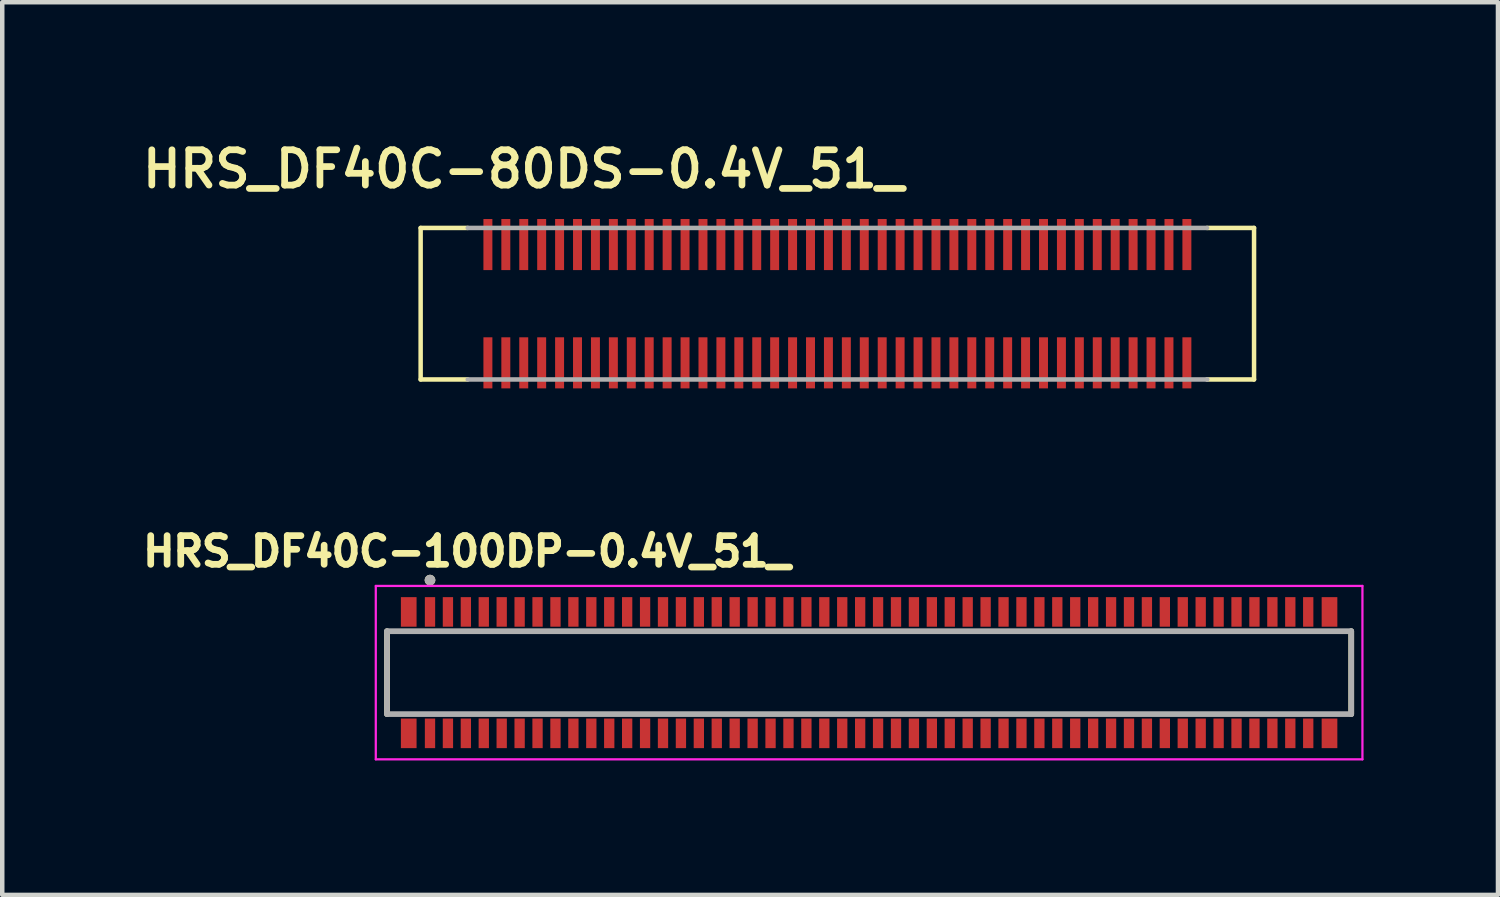
<source format=kicad_pcb>
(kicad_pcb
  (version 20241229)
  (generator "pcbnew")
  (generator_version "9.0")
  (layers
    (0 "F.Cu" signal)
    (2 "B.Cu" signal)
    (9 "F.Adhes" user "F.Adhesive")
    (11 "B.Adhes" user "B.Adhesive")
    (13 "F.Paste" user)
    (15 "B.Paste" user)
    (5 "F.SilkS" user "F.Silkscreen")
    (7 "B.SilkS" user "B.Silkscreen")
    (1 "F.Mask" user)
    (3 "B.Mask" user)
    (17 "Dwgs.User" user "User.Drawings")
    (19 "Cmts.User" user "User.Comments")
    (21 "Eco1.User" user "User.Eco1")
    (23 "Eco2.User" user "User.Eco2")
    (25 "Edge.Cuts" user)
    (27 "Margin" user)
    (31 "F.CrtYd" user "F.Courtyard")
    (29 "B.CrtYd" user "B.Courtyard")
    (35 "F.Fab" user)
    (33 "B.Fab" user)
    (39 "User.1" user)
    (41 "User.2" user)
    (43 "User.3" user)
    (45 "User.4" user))
  (footprint "HRS_DF40C-100DP-0.4V_51_"
    (layer "F.Cu")
    (at 16.347 11.962)
    (property "Reference" "HRS_DF40C-100DP-0.4V_51_" (at -8.978 -2.706 0) (layer "F.SilkS") (effects (font (size 0.64 0.64) (thickness 0.15))))
    (attr smd)
    (fp_line (start -10.76 0.925) (end -10.76 -0.925) (stroke (width 0.127) (type solid)) (layer "F.SilkS"))
    (fp_line (start 10.76 -0.925) (end 10.76 0.925) (stroke (width 0.127) (type solid)) (layer "F.SilkS"))
    (fp_circle (center -9.8 -2.065) (end -9.74 -2.065) (stroke (width 0.12) (type solid)) (fill no) (layer "F.SilkS"))
    (fp_line (start -11.01 -1.935) (end 11.01 -1.935) (stroke (width 0.05) (type solid)) (layer "F.CrtYd"))
    (fp_line (start -11.01 1.935) (end -11.01 -1.935) (stroke (width 0.05) (type solid)) (layer "F.CrtYd"))
    (fp_line (start 11.01 -1.935) (end 11.01 1.935) (stroke (width 0.05) (type solid)) (layer "F.CrtYd"))
    (fp_line (start 11.01 1.935) (end -11.01 1.935) (stroke (width 0.05) (type solid)) (layer "F.CrtYd"))
    (fp_line (start -10.76 -0.925) (end 10.76 -0.925) (stroke (width 0.127) (type solid)) (layer "F.Fab"))
    (fp_line (start -10.76 0.925) (end -10.76 -0.925) (stroke (width 0.127) (type solid)) (layer "F.Fab"))
    (fp_line (start 10.76 -0.925) (end 10.76 0.925) (stroke (width 0.127) (type solid)) (layer "F.Fab"))
    (fp_line (start 10.76 0.925) (end -10.76 0.925) (stroke (width 0.127) (type solid)) (layer "F.Fab"))
    (fp_circle (center -9.8 -2.065) (end -9.74 -2.065) (stroke (width 0.12) (type solid)) (fill no) (layer "F.Fab"))
    (pad "1" smd rect (at -9.8 -1.355) (size 0.23 0.66) (layers "F.Cu" "F.Mask" "F.Paste"))
    (pad "2" smd rect (at -9.8 1.355) (size 0.23 0.66) (layers "F.Cu" "F.Mask" "F.Paste"))
    (pad "3" smd rect (at -9.4 -1.355) (size 0.23 0.66) (layers "F.Cu" "F.Mask" "F.Paste"))
    (pad "4" smd rect (at -9.4 1.355) (size 0.23 0.66) (layers "F.Cu" "F.Mask" "F.Paste"))
    (pad "5" smd rect (at -9 -1.355) (size 0.23 0.66) (layers "F.Cu" "F.Mask" "F.Paste"))
    (pad "6" smd rect (at -9 1.355) (size 0.23 0.66) (layers "F.Cu" "F.Mask" "F.Paste"))
    (pad "7" smd rect (at -8.6 -1.355) (size 0.23 0.66) (layers "F.Cu" "F.Mask" "F.Paste"))
    (pad "8" smd rect (at -8.6 1.355) (size 0.23 0.66) (layers "F.Cu" "F.Mask" "F.Paste"))
    (pad "9" smd rect (at -8.2 -1.355) (size 0.23 0.66) (layers "F.Cu" "F.Mask" "F.Paste"))
    (pad "10" smd rect (at -8.2 1.355) (size 0.23 0.66) (layers "F.Cu" "F.Mask" "F.Paste"))
    (pad "11" smd rect (at -7.8 -1.355) (size 0.23 0.66) (layers "F.Cu" "F.Mask" "F.Paste"))
    (pad "12" smd rect (at -7.8 1.355) (size 0.23 0.66) (layers "F.Cu" "F.Mask" "F.Paste"))
    (pad "13" smd rect (at -7.4 -1.355) (size 0.23 0.66) (layers "F.Cu" "F.Mask" "F.Paste"))
    (pad "14" smd rect (at -7.4 1.355) (size 0.23 0.66) (layers "F.Cu" "F.Mask" "F.Paste"))
    (pad "15" smd rect (at -7 -1.355) (size 0.23 0.66) (layers "F.Cu" "F.Mask" "F.Paste"))
    (pad "16" smd rect (at -7 1.355) (size 0.23 0.66) (layers "F.Cu" "F.Mask" "F.Paste"))
    (pad "17" smd rect (at -6.6 -1.355) (size 0.23 0.66) (layers "F.Cu" "F.Mask" "F.Paste"))
    (pad "18" smd rect (at -6.6 1.355) (size 0.23 0.66) (layers "F.Cu" "F.Mask" "F.Paste"))
    (pad "19" smd rect (at -6.2 -1.355) (size 0.23 0.66) (layers "F.Cu" "F.Mask" "F.Paste"))
    (pad "20" smd rect (at -6.2 1.355) (size 0.23 0.66) (layers "F.Cu" "F.Mask" "F.Paste"))
    (pad "21" smd rect (at -5.8 -1.355) (size 0.23 0.66) (layers "F.Cu" "F.Mask" "F.Paste"))
    (pad "22" smd rect (at -5.8 1.355) (size 0.23 0.66) (layers "F.Cu" "F.Mask" "F.Paste"))
    (pad "23" smd rect (at -5.4 -1.355) (size 0.23 0.66) (layers "F.Cu" "F.Mask" "F.Paste"))
    (pad "24" smd rect (at -5.4 1.355) (size 0.23 0.66) (layers "F.Cu" "F.Mask" "F.Paste"))
    (pad "25" smd rect (at -5 -1.355) (size 0.23 0.66) (layers "F.Cu" "F.Mask" "F.Paste"))
    (pad "26" smd rect (at -5 1.355) (size 0.23 0.66) (layers "F.Cu" "F.Mask" "F.Paste"))
    (pad "27" smd rect (at -4.6 -1.355) (size 0.23 0.66) (layers "F.Cu" "F.Mask" "F.Paste"))
    (pad "28" smd rect (at -4.6 1.355) (size 0.23 0.66) (layers "F.Cu" "F.Mask" "F.Paste"))
    (pad "29" smd rect (at -4.2 -1.355) (size 0.23 0.66) (layers "F.Cu" "F.Mask" "F.Paste"))
    (pad "30" smd rect (at -4.2 1.355) (size 0.23 0.66) (layers "F.Cu" "F.Mask" "F.Paste"))
    (pad "31" smd rect (at -3.8 -1.355) (size 0.23 0.66) (layers "F.Cu" "F.Mask" "F.Paste"))
    (pad "32" smd rect (at -3.8 1.355) (size 0.23 0.66) (layers "F.Cu" "F.Mask" "F.Paste"))
    (pad "33" smd rect (at -3.4 -1.355) (size 0.23 0.66) (layers "F.Cu" "F.Mask" "F.Paste"))
    (pad "34" smd rect (at -3.4 1.355) (size 0.23 0.66) (layers "F.Cu" "F.Mask" "F.Paste"))
    (pad "35" smd rect (at -3 -1.355) (size 0.23 0.66) (layers "F.Cu" "F.Mask" "F.Paste"))
    (pad "36" smd rect (at -3 1.355) (size 0.23 0.66) (layers "F.Cu" "F.Mask" "F.Paste"))
    (pad "37" smd rect (at -2.6 -1.355) (size 0.23 0.66) (layers "F.Cu" "F.Mask" "F.Paste"))
    (pad "38" smd rect (at -2.6 1.355) (size 0.23 0.66) (layers "F.Cu" "F.Mask" "F.Paste"))
    (pad "39" smd rect (at -2.2 -1.355) (size 0.23 0.66) (layers "F.Cu" "F.Mask" "F.Paste"))
    (pad "40" smd rect (at -2.2 1.355) (size 0.23 0.66) (layers "F.Cu" "F.Mask" "F.Paste"))
    (pad "41" smd rect (at -1.8 -1.355) (size 0.23 0.66) (layers "F.Cu" "F.Mask" "F.Paste"))
    (pad "42" smd rect (at -1.8 1.355) (size 0.23 0.66) (layers "F.Cu" "F.Mask" "F.Paste"))
    (pad "43" smd rect (at -1.4 -1.355) (size 0.23 0.66) (layers "F.Cu" "F.Mask" "F.Paste"))
    (pad "44" smd rect (at -1.4 1.355) (size 0.23 0.66) (layers "F.Cu" "F.Mask" "F.Paste"))
    (pad "45" smd rect (at -1 -1.355) (size 0.23 0.66) (layers "F.Cu" "F.Mask" "F.Paste"))
    (pad "46" smd rect (at -1 1.355) (size 0.23 0.66) (layers "F.Cu" "F.Mask" "F.Paste"))
    (pad "47" smd rect (at -0.6 -1.355) (size 0.23 0.66) (layers "F.Cu" "F.Mask" "F.Paste"))
    (pad "48" smd rect (at -0.6 1.355) (size 0.23 0.66) (layers "F.Cu" "F.Mask" "F.Paste"))
    (pad "49" smd rect (at -0.2 -1.355) (size 0.23 0.66) (layers "F.Cu" "F.Mask" "F.Paste"))
    (pad "50" smd rect (at -0.2 1.355) (size 0.23 0.66) (layers "F.Cu" "F.Mask" "F.Paste"))
    (pad "51" smd rect (at 0.2 -1.355) (size 0.23 0.66) (layers "F.Cu" "F.Mask" "F.Paste"))
    (pad "52" smd rect (at 0.2 1.355) (size 0.23 0.66) (layers "F.Cu" "F.Mask" "F.Paste"))
    (pad "53" smd rect (at 0.6 -1.355) (size 0.23 0.66) (layers "F.Cu" "F.Mask" "F.Paste"))
    (pad "54" smd rect (at 0.6 1.355) (size 0.23 0.66) (layers "F.Cu" "F.Mask" "F.Paste"))
    (pad "55" smd rect (at 1 -1.355) (size 0.23 0.66) (layers "F.Cu" "F.Mask" "F.Paste"))
    (pad "56" smd rect (at 1 1.355) (size 0.23 0.66) (layers "F.Cu" "F.Mask" "F.Paste"))
    (pad "57" smd rect (at 1.4 -1.355) (size 0.23 0.66) (layers "F.Cu" "F.Mask" "F.Paste"))
    (pad "58" smd rect (at 1.4 1.355) (size 0.23 0.66) (layers "F.Cu" "F.Mask" "F.Paste"))
    (pad "59" smd rect (at 1.8 -1.355) (size 0.23 0.66) (layers "F.Cu" "F.Mask" "F.Paste"))
    (pad "60" smd rect (at 1.8 1.355) (size 0.23 0.66) (layers "F.Cu" "F.Mask" "F.Paste"))
    (pad "61" smd rect (at 2.2 -1.355) (size 0.23 0.66) (layers "F.Cu" "F.Mask" "F.Paste"))
    (pad "62" smd rect (at 2.2 1.355) (size 0.23 0.66) (layers "F.Cu" "F.Mask" "F.Paste"))
    (pad "63" smd rect (at 2.6 -1.355) (size 0.23 0.66) (layers "F.Cu" "F.Mask" "F.Paste"))
    (pad "64" smd rect (at 2.6 1.355) (size 0.23 0.66) (layers "F.Cu" "F.Mask" "F.Paste"))
    (pad "65" smd rect (at 3 -1.355) (size 0.23 0.66) (layers "F.Cu" "F.Mask" "F.Paste"))
    (pad "66" smd rect (at 3 1.355) (size 0.23 0.66) (layers "F.Cu" "F.Mask" "F.Paste"))
    (pad "67" smd rect (at 3.4 -1.355) (size 0.23 0.66) (layers "F.Cu" "F.Mask" "F.Paste"))
    (pad "68" smd rect (at 3.4 1.355) (size 0.23 0.66) (layers "F.Cu" "F.Mask" "F.Paste"))
    (pad "69" smd rect (at 3.8 -1.355) (size 0.23 0.66) (layers "F.Cu" "F.Mask" "F.Paste"))
    (pad "70" smd rect (at 3.8 1.355) (size 0.23 0.66) (layers "F.Cu" "F.Mask" "F.Paste"))
    (pad "71" smd rect (at 4.2 -1.355) (size 0.23 0.66) (layers "F.Cu" "F.Mask" "F.Paste"))
    (pad "72" smd rect (at 4.2 1.355) (size 0.23 0.66) (layers "F.Cu" "F.Mask" "F.Paste"))
    (pad "73" smd rect (at 4.6 -1.355) (size 0.23 0.66) (layers "F.Cu" "F.Mask" "F.Paste"))
    (pad "74" smd rect (at 4.6 1.355) (size 0.23 0.66) (layers "F.Cu" "F.Mask" "F.Paste"))
    (pad "75" smd rect (at 5 -1.355) (size 0.23 0.66) (layers "F.Cu" "F.Mask" "F.Paste"))
    (pad "76" smd rect (at 5 1.355) (size 0.23 0.66) (layers "F.Cu" "F.Mask" "F.Paste"))
    (pad "77" smd rect (at 5.4 -1.355) (size 0.23 0.66) (layers "F.Cu" "F.Mask" "F.Paste"))
    (pad "78" smd rect (at 5.4 1.355) (size 0.23 0.66) (layers "F.Cu" "F.Mask" "F.Paste"))
    (pad "79" smd rect (at 5.8 -1.355) (size 0.23 0.66) (layers "F.Cu" "F.Mask" "F.Paste"))
    (pad "80" smd rect (at 5.8 1.355) (size 0.23 0.66) (layers "F.Cu" "F.Mask" "F.Paste"))
    (pad "81" smd rect (at 6.2 -1.355) (size 0.23 0.66) (layers "F.Cu" "F.Mask" "F.Paste"))
    (pad "82" smd rect (at 6.2 1.355) (size 0.23 0.66) (layers "F.Cu" "F.Mask" "F.Paste"))
    (pad "83" smd rect (at 6.6 -1.355) (size 0.23 0.66) (layers "F.Cu" "F.Mask" "F.Paste"))
    (pad "84" smd rect (at 6.6 1.355) (size 0.23 0.66) (layers "F.Cu" "F.Mask" "F.Paste"))
    (pad "85" smd rect (at 7 -1.355) (size 0.23 0.66) (layers "F.Cu" "F.Mask" "F.Paste"))
    (pad "86" smd rect (at 7 1.355) (size 0.23 0.66) (layers "F.Cu" "F.Mask" "F.Paste"))
    (pad "87" smd rect (at 7.4 -1.355) (size 0.23 0.66) (layers "F.Cu" "F.Mask" "F.Paste"))
    (pad "88" smd rect (at 7.4 1.355) (size 0.23 0.66) (layers "F.Cu" "F.Mask" "F.Paste"))
    (pad "89" smd rect (at 7.8 -1.355) (size 0.23 0.66) (layers "F.Cu" "F.Mask" "F.Paste"))
    (pad "90" smd rect (at 7.8 1.355) (size 0.23 0.66) (layers "F.Cu" "F.Mask" "F.Paste"))
    (pad "91" smd rect (at 8.2 -1.355) (size 0.23 0.66) (layers "F.Cu" "F.Mask" "F.Paste"))
    (pad "92" smd rect (at 8.2 1.355) (size 0.23 0.66) (layers "F.Cu" "F.Mask" "F.Paste"))
    (pad "93" smd rect (at 8.6 -1.355) (size 0.23 0.66) (layers "F.Cu" "F.Mask" "F.Paste"))
    (pad "94" smd rect (at 8.6 1.355) (size 0.23 0.66) (layers "F.Cu" "F.Mask" "F.Paste"))
    (pad "95" smd rect (at 9 -1.355) (size 0.23 0.66) (layers "F.Cu" "F.Mask" "F.Paste"))
    (pad "96" smd rect (at 9 1.355) (size 0.23 0.66) (layers "F.Cu" "F.Mask" "F.Paste"))
    (pad "97" smd rect (at 9.4 -1.355) (size 0.23 0.66) (layers "F.Cu" "F.Mask" "F.Paste"))
    (pad "98" smd rect (at 9.4 1.355) (size 0.23 0.66) (layers "F.Cu" "F.Mask" "F.Paste"))
    (pad "99" smd rect (at 9.8 -1.355) (size 0.23 0.66) (layers "F.Cu" "F.Mask" "F.Paste"))
    (pad "100" smd rect (at 9.8 1.355) (size 0.23 0.66) (layers "F.Cu" "F.Mask" "F.Paste"))
    (pad "S1" smd rect (at -10.275 -1.355) (size 0.35 0.66) (layers "F.Cu" "F.Mask" "F.Paste"))
    (pad "S2" smd rect (at -10.275 1.355) (size 0.35 0.66) (layers "F.Cu" "F.Mask" "F.Paste"))
    (pad "S3" smd rect (at 10.275 -1.355) (size 0.35 0.66) (layers "F.Cu" "F.Mask" "F.Paste"))
    (pad "S4" smd rect (at 10.275 1.355) (size 0.35 0.66) (layers "F.Cu" "F.Mask" "F.Paste")))
  (footprint "HRS_DF40C-80DS-0.4V_51_"
    (layer "F.Cu")
    (at 15.639 3.728)
    (property "Reference" "HRS_DF40C-80DS-0.4V_51_" (at -7.008 -3.004 0) (layer "F.SilkS") (effects (font (size 0.788 0.788) (thickness 0.15))))
    (attr smd)
    (fp_line (start -9.301 -1.691) (end -9.301 1.691) (stroke (width 0.1) (type solid)) (layer "F.SilkS"))
    (fp_line (start -9.301 1.691) (end -8.25 1.691) (stroke (width 0.1) (type solid)) (layer "F.SilkS"))
    (fp_line (start -8.25 -1.691) (end -9.301 -1.691) (stroke (width 0.1) (type solid)) (layer "F.SilkS"))
    (fp_line (start 8.251 1.691) (end 9.299 1.691) (stroke (width 0.1) (type solid)) (layer "F.SilkS"))
    (fp_line (start 9.299 -1.691) (end 8.25 -1.691) (stroke (width 0.1) (type solid)) (layer "F.SilkS"))
    (fp_line (start 9.299 1.691) (end 9.299 -1.691) (stroke (width 0.1) (type solid)) (layer "F.SilkS"))
    (fp_line (start -8.25 1.691) (end 8.251 1.691) (stroke (width 0.1) (type solid)) (layer "F.Fab"))
    (fp_line (start 8.25 -1.691) (end -8.25 -1.691) (stroke (width 0.1) (type solid)) (layer "F.Fab"))
    (fp_line (start 8.251 1.691) (end 8.251 1.691) (stroke (width 0.1) (type solid)) (layer "F.Fab"))
    (pad "1" smd rect (at -7.8 1.32) (size 0.2 1.14) (layers "F.Cu" "F.Mask" "F.Paste"))
    (pad "2" smd rect (at -7.8 -1.32) (size 0.2 1.14) (layers "F.Cu" "F.Mask" "F.Paste"))
    (pad "3" smd rect (at -7.4 1.32) (size 0.2 1.14) (layers "F.Cu" "F.Mask" "F.Paste"))
    (pad "4" smd rect (at -7.4 -1.32) (size 0.2 1.14) (layers "F.Cu" "F.Mask" "F.Paste"))
    (pad "5" smd rect (at -7 1.32) (size 0.2 1.14) (layers "F.Cu" "F.Mask" "F.Paste"))
    (pad "6" smd rect (at -7 -1.32) (size 0.2 1.14) (layers "F.Cu" "F.Mask" "F.Paste"))
    (pad "7" smd rect (at -6.6 1.32) (size 0.2 1.14) (layers "F.Cu" "F.Mask" "F.Paste"))
    (pad "8" smd rect (at -6.6 -1.32) (size 0.2 1.14) (layers "F.Cu" "F.Mask" "F.Paste"))
    (pad "9" smd rect (at -6.2 1.32) (size 0.2 1.14) (layers "F.Cu" "F.Mask" "F.Paste"))
    (pad "10" smd rect (at -6.2 -1.32) (size 0.2 1.14) (layers "F.Cu" "F.Mask" "F.Paste"))
    (pad "11" smd rect (at -5.8 1.32) (size 0.2 1.14) (layers "F.Cu" "F.Mask" "F.Paste"))
    (pad "12" smd rect (at -5.8 -1.32) (size 0.2 1.14) (layers "F.Cu" "F.Mask" "F.Paste"))
    (pad "13" smd rect (at -5.4 1.32) (size 0.2 1.14) (layers "F.Cu" "F.Mask" "F.Paste"))
    (pad "14" smd rect (at -5.4 -1.32) (size 0.2 1.14) (layers "F.Cu" "F.Mask" "F.Paste"))
    (pad "15" smd rect (at -5 1.32) (size 0.2 1.14) (layers "F.Cu" "F.Mask" "F.Paste"))
    (pad "16" smd rect (at -5 -1.32) (size 0.2 1.14) (layers "F.Cu" "F.Mask" "F.Paste"))
    (pad "17" smd rect (at -4.6 1.32) (size 0.2 1.14) (layers "F.Cu" "F.Mask" "F.Paste"))
    (pad "18" smd rect (at -4.6 -1.32) (size 0.2 1.14) (layers "F.Cu" "F.Mask" "F.Paste"))
    (pad "19" smd rect (at -4.2 1.32) (size 0.2 1.14) (layers "F.Cu" "F.Mask" "F.Paste"))
    (pad "20" smd rect (at -4.2 -1.32) (size 0.2 1.14) (layers "F.Cu" "F.Mask" "F.Paste"))
    (pad "21" smd rect (at -3.8 1.32) (size 0.2 1.14) (layers "F.Cu" "F.Mask" "F.Paste"))
    (pad "22" smd rect (at -3.8 -1.32) (size 0.2 1.14) (layers "F.Cu" "F.Mask" "F.Paste"))
    (pad "23" smd rect (at -3.4 1.32) (size 0.2 1.14) (layers "F.Cu" "F.Mask" "F.Paste"))
    (pad "24" smd rect (at -3.4 -1.32) (size 0.2 1.14) (layers "F.Cu" "F.Mask" "F.Paste"))
    (pad "25" smd rect (at -3 1.32) (size 0.2 1.14) (layers "F.Cu" "F.Mask" "F.Paste"))
    (pad "26" smd rect (at -3 -1.32) (size 0.2 1.14) (layers "F.Cu" "F.Mask" "F.Paste"))
    (pad "27" smd rect (at -2.6 1.32) (size 0.2 1.14) (layers "F.Cu" "F.Mask" "F.Paste"))
    (pad "28" smd rect (at -2.6 -1.32) (size 0.2 1.14) (layers "F.Cu" "F.Mask" "F.Paste"))
    (pad "29" smd rect (at -2.2 1.32) (size 0.2 1.14) (layers "F.Cu" "F.Mask" "F.Paste"))
    (pad "30" smd rect (at -2.2 -1.32) (size 0.2 1.14) (layers "F.Cu" "F.Mask" "F.Paste"))
    (pad "31" smd rect (at -1.8 1.32) (size 0.2 1.14) (layers "F.Cu" "F.Mask" "F.Paste"))
    (pad "32" smd rect (at -1.8 -1.32) (size 0.2 1.14) (layers "F.Cu" "F.Mask" "F.Paste"))
    (pad "33" smd rect (at -1.4 1.32) (size 0.2 1.14) (layers "F.Cu" "F.Mask" "F.Paste"))
    (pad "34" smd rect (at -1.4 -1.32) (size 0.2 1.14) (layers "F.Cu" "F.Mask" "F.Paste"))
    (pad "35" smd rect (at -1 1.32) (size 0.2 1.14) (layers "F.Cu" "F.Mask" "F.Paste"))
    (pad "36" smd rect (at -1 -1.32) (size 0.2 1.14) (layers "F.Cu" "F.Mask" "F.Paste"))
    (pad "37" smd rect (at -0.6 1.32) (size 0.2 1.14) (layers "F.Cu" "F.Mask" "F.Paste"))
    (pad "38" smd rect (at -0.6 -1.32) (size 0.2 1.14) (layers "F.Cu" "F.Mask" "F.Paste"))
    (pad "39" smd rect (at -0.2 1.32) (size 0.2 1.14) (layers "F.Cu" "F.Mask" "F.Paste"))
    (pad "40" smd rect (at -0.2 -1.32) (size 0.2 1.14) (layers "F.Cu" "F.Mask" "F.Paste"))
    (pad "41" smd rect (at 0.2 1.32) (size 0.2 1.14) (layers "F.Cu" "F.Mask" "F.Paste"))
    (pad "42" smd rect (at 0.2 -1.32) (size 0.2 1.14) (layers "F.Cu" "F.Mask" "F.Paste"))
    (pad "43" smd rect (at 0.6 1.32) (size 0.2 1.14) (layers "F.Cu" "F.Mask" "F.Paste"))
    (pad "44" smd rect (at 0.6 -1.32) (size 0.2 1.14) (layers "F.Cu" "F.Mask" "F.Paste"))
    (pad "45" smd rect (at 1 1.32) (size 0.2 1.14) (layers "F.Cu" "F.Mask" "F.Paste"))
    (pad "46" smd rect (at 1 -1.32) (size 0.2 1.14) (layers "F.Cu" "F.Mask" "F.Paste"))
    (pad "47" smd rect (at 1.4 1.32) (size 0.2 1.14) (layers "F.Cu" "F.Mask" "F.Paste"))
    (pad "48" smd rect (at 1.4 -1.32) (size 0.2 1.14) (layers "F.Cu" "F.Mask" "F.Paste"))
    (pad "49" smd rect (at 1.8 1.32) (size 0.2 1.14) (layers "F.Cu" "F.Mask" "F.Paste"))
    (pad "50" smd rect (at 1.8 -1.32) (size 0.2 1.14) (layers "F.Cu" "F.Mask" "F.Paste"))
    (pad "51" smd rect (at 2.2 1.32) (size 0.2 1.14) (layers "F.Cu" "F.Mask" "F.Paste"))
    (pad "52" smd rect (at 2.2 -1.32) (size 0.2 1.14) (layers "F.Cu" "F.Mask" "F.Paste"))
    (pad "53" smd rect (at 2.6 1.32) (size 0.2 1.14) (layers "F.Cu" "F.Mask" "F.Paste"))
    (pad "54" smd rect (at 2.6 -1.32) (size 0.2 1.14) (layers "F.Cu" "F.Mask" "F.Paste"))
    (pad "55" smd rect (at 3 1.32) (size 0.2 1.14) (layers "F.Cu" "F.Mask" "F.Paste"))
    (pad "56" smd rect (at 3 -1.32) (size 0.2 1.14) (layers "F.Cu" "F.Mask" "F.Paste"))
    (pad "57" smd rect (at 3.4 1.32) (size 0.2 1.14) (layers "F.Cu" "F.Mask" "F.Paste"))
    (pad "58" smd rect (at 3.4 -1.32) (size 0.2 1.14) (layers "F.Cu" "F.Mask" "F.Paste"))
    (pad "59" smd rect (at 3.8 1.32) (size 0.2 1.14) (layers "F.Cu" "F.Mask" "F.Paste"))
    (pad "60" smd rect (at 3.8 -1.32) (size 0.2 1.14) (layers "F.Cu" "F.Mask" "F.Paste"))
    (pad "61" smd rect (at 4.2 1.32) (size 0.2 1.14) (layers "F.Cu" "F.Mask" "F.Paste"))
    (pad "62" smd rect (at 4.2 -1.32) (size 0.2 1.14) (layers "F.Cu" "F.Mask" "F.Paste"))
    (pad "63" smd rect (at 4.6 1.32) (size 0.2 1.14) (layers "F.Cu" "F.Mask" "F.Paste"))
    (pad "64" smd rect (at 4.6 -1.32) (size 0.2 1.14) (layers "F.Cu" "F.Mask" "F.Paste"))
    (pad "65" smd rect (at 5 1.32) (size 0.2 1.14) (layers "F.Cu" "F.Mask" "F.Paste"))
    (pad "66" smd rect (at 5 -1.32) (size 0.2 1.14) (layers "F.Cu" "F.Mask" "F.Paste"))
    (pad "67" smd rect (at 5.4 1.32) (size 0.2 1.14) (layers "F.Cu" "F.Mask" "F.Paste"))
    (pad "68" smd rect (at 5.4 -1.32) (size 0.2 1.14) (layers "F.Cu" "F.Mask" "F.Paste"))
    (pad "69" smd rect (at 5.8 1.32) (size 0.2 1.14) (layers "F.Cu" "F.Mask" "F.Paste"))
    (pad "70" smd rect (at 5.8 -1.32) (size 0.2 1.14) (layers "F.Cu" "F.Mask" "F.Paste"))
    (pad "71" smd rect (at 6.2 1.32) (size 0.2 1.14) (layers "F.Cu" "F.Mask" "F.Paste"))
    (pad "72" smd rect (at 6.2 -1.32) (size 0.2 1.14) (layers "F.Cu" "F.Mask" "F.Paste"))
    (pad "73" smd rect (at 6.6 1.32) (size 0.2 1.14) (layers "F.Cu" "F.Mask" "F.Paste"))
    (pad "74" smd rect (at 6.6 -1.32) (size 0.2 1.14) (layers "F.Cu" "F.Mask" "F.Paste"))
    (pad "75" smd rect (at 7 1.32) (size 0.2 1.14) (layers "F.Cu" "F.Mask" "F.Paste"))
    (pad "76" smd rect (at 7 -1.32) (size 0.2 1.14) (layers "F.Cu" "F.Mask" "F.Paste"))
    (pad "77" smd rect (at 7.4 1.32) (size 0.2 1.14) (layers "F.Cu" "F.Mask" "F.Paste"))
    (pad "78" smd rect (at 7.4 -1.32) (size 0.2 1.14) (layers "F.Cu" "F.Mask" "F.Paste"))
    (pad "79" smd rect (at 7.8 1.32) (size 0.2 1.14) (layers "F.Cu" "F.Mask" "F.Paste"))
    (pad "80" smd rect (at 7.8 -1.32) (size 0.2 1.14) (layers "F.Cu" "F.Mask" "F.Paste")))
  (gr_rect
    (start -3 -3)
    (end 30.382 16.922)
    (stroke (width 0.1) (type default))
    (fill no)
    (layer "Edge.Cuts")))
</source>
